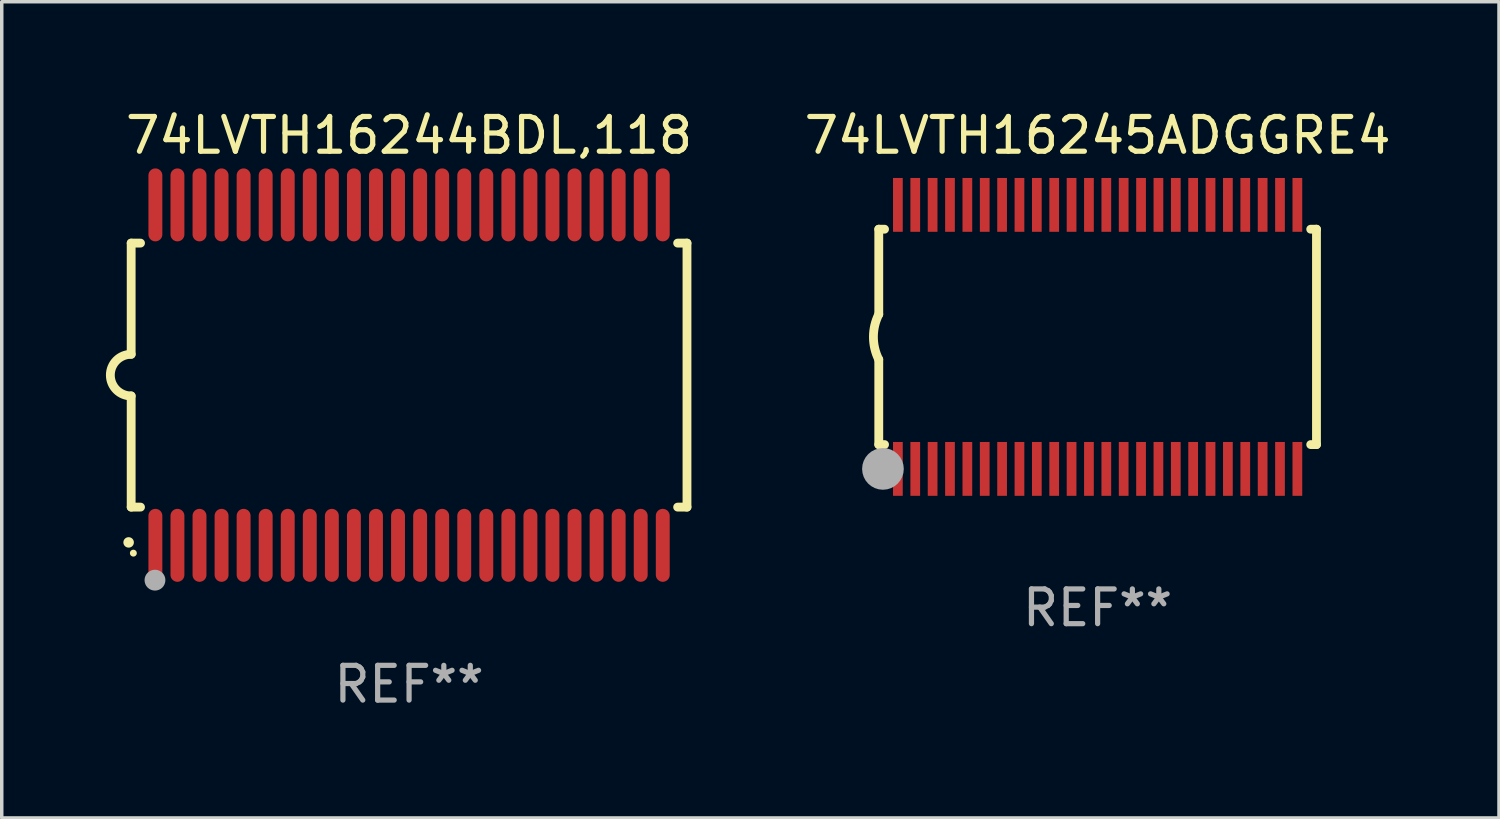
<source format=kicad_pcb>
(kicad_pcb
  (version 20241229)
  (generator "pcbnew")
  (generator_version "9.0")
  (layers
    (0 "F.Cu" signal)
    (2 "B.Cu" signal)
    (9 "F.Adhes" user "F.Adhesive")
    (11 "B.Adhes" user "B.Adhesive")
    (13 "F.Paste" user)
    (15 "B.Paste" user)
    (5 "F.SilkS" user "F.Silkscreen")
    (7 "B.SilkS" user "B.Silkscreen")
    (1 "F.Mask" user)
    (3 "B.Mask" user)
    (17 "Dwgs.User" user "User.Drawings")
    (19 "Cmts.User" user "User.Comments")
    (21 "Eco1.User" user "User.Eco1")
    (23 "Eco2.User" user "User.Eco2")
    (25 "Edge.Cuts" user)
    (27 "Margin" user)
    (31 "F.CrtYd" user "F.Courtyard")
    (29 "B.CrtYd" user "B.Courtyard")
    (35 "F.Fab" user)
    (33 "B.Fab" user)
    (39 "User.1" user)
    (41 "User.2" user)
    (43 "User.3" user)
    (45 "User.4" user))
  (footprint "74LVTH16245ADGGRE4"
    (layer "F.Cu")
    (at 28.547 6.648)
    (property "Reference" "74LVTH16245ADGGRE4" (at 0 -5.8 0) (layer "F.SilkS") (effects (font (size 1 1) (thickness 0.15))))
    (attr through_hole)
    (fp_line (start -6.3 -3.1) (end -6.3 -0.65) (stroke (width 0.254) (type solid)) (layer "F.SilkS"))
    (fp_line (start -6.3 -3.1) (end -6.134 -3.1) (stroke (width 0.254) (type solid)) (layer "F.SilkS"))
    (fp_line (start -6.3 3.1) (end -6.3 0.65) (stroke (width 0.254) (type solid)) (layer "F.SilkS"))
    (fp_line (start -6.3 3.1) (end -6.134 3.1) (stroke (width 0.254) (type solid)) (layer "F.SilkS"))
    (fp_line (start 6.134 -3.1) (end 6.3 -3.1) (stroke (width 0.254) (type solid)) (layer "F.SilkS"))
    (fp_line (start 6.134 3.1) (end 6.3 3.1) (stroke (width 0.254) (type solid)) (layer "F.SilkS"))
    (fp_line (start 6.3 -3.1) (end 6.3 3.1) (stroke (width 0.254) (type solid)) (layer "F.SilkS"))
    (fp_arc (start -6.301016 0.650114) (mid -6.45413 -0.000082) (end -6.3 -0.650038) (stroke (width 0.254001) (type solid)) (layer "F.SilkS"))
    (fp_circle (center -6.35 3.81) (end -6.223 3.81) (stroke (width 0.254) (type solid)) (fill no) (layer "F.SilkS"))
    (fp_circle (center -6.25 4.05) (end -6.22 4.05) (stroke (width 0.06) (type solid)) (fill no) (layer "F.SilkS"))
    (fp_circle (center -6.18 3.8) (end -5.88 3.8) (stroke (width 0.6) (type solid)) (fill no) (layer "F.Fab"))
    (fp_text user "REF**" (at 0 7.8 0) (layer "F.Fab") (effects (font (size 1 1) (thickness 0.15))))
    (pad "1" smd rect (at -5.75 3.8) (size 0.28 1.55) (layers "F.Cu" "F.Mask" "F.Paste"))
    (pad "2" smd rect (at -5.25 3.8) (size 0.28 1.55) (layers "F.Cu" "F.Mask" "F.Paste"))
    (pad "3" smd rect (at -4.75 3.8) (size 0.28 1.55) (layers "F.Cu" "F.Mask" "F.Paste"))
    (pad "4" smd rect (at -4.25 3.8) (size 0.28 1.55) (layers "F.Cu" "F.Mask" "F.Paste"))
    (pad "5" smd rect (at -3.75 3.8) (size 0.28 1.55) (layers "F.Cu" "F.Mask" "F.Paste"))
    (pad "6" smd rect (at -3.25 3.8) (size 0.28 1.55) (layers "F.Cu" "F.Mask" "F.Paste"))
    (pad "7" smd rect (at -2.75 3.8) (size 0.28 1.55) (layers "F.Cu" "F.Mask" "F.Paste"))
    (pad "8" smd rect (at -2.25 3.8) (size 0.28 1.55) (layers "F.Cu" "F.Mask" "F.Paste"))
    (pad "9" smd rect (at -1.75 3.8) (size 0.28 1.55) (layers "F.Cu" "F.Mask" "F.Paste"))
    (pad "10" smd rect (at -1.25 3.8) (size 0.28 1.55) (layers "F.Cu" "F.Mask" "F.Paste"))
    (pad "11" smd rect (at -0.75 3.8) (size 0.28 1.55) (layers "F.Cu" "F.Mask" "F.Paste"))
    (pad "12" smd rect (at -0.25 3.8) (size 0.28 1.55) (layers "F.Cu" "F.Mask" "F.Paste"))
    (pad "13" smd rect (at 0.25 3.8) (size 0.28 1.55) (layers "F.Cu" "F.Mask" "F.Paste"))
    (pad "14" smd rect (at 0.75 3.8) (size 0.28 1.55) (layers "F.Cu" "F.Mask" "F.Paste"))
    (pad "15" smd rect (at 1.25 3.8) (size 0.28 1.55) (layers "F.Cu" "F.Mask" "F.Paste"))
    (pad "16" smd rect (at 1.75 3.8) (size 0.28 1.55) (layers "F.Cu" "F.Mask" "F.Paste"))
    (pad "17" smd rect (at 2.25 3.8) (size 0.28 1.55) (layers "F.Cu" "F.Mask" "F.Paste"))
    (pad "18" smd rect (at 2.75 3.8) (size 0.28 1.55) (layers "F.Cu" "F.Mask" "F.Paste"))
    (pad "19" smd rect (at 3.25 3.8) (size 0.28 1.55) (layers "F.Cu" "F.Mask" "F.Paste"))
    (pad "20" smd rect (at 3.75 3.8) (size 0.28 1.55) (layers "F.Cu" "F.Mask" "F.Paste"))
    (pad "21" smd rect (at 4.25 3.8) (size 0.28 1.55) (layers "F.Cu" "F.Mask" "F.Paste"))
    (pad "22" smd rect (at 4.75 3.8) (size 0.28 1.55) (layers "F.Cu" "F.Mask" "F.Paste"))
    (pad "23" smd rect (at 5.25 3.8) (size 0.28 1.55) (layers "F.Cu" "F.Mask" "F.Paste"))
    (pad "24" smd rect (at 5.75 3.8) (size 0.28 1.55) (layers "F.Cu" "F.Mask" "F.Paste"))
    (pad "25" smd rect (at 5.75 -3.8) (size 0.28 1.55) (layers "F.Cu" "F.Mask" "F.Paste"))
    (pad "26" smd rect (at 5.25 -3.8) (size 0.28 1.55) (layers "F.Cu" "F.Mask" "F.Paste"))
    (pad "27" smd rect (at 4.75 -3.8) (size 0.28 1.55) (layers "F.Cu" "F.Mask" "F.Paste"))
    (pad "28" smd rect (at 4.25 -3.8) (size 0.28 1.55) (layers "F.Cu" "F.Mask" "F.Paste"))
    (pad "29" smd rect (at 3.75 -3.8) (size 0.28 1.55) (layers "F.Cu" "F.Mask" "F.Paste"))
    (pad "30" smd rect (at 3.25 -3.8) (size 0.28 1.55) (layers "F.Cu" "F.Mask" "F.Paste"))
    (pad "31" smd rect (at 2.75 -3.8) (size 0.28 1.55) (layers "F.Cu" "F.Mask" "F.Paste"))
    (pad "32" smd rect (at 2.25 -3.8) (size 0.28 1.55) (layers "F.Cu" "F.Mask" "F.Paste"))
    (pad "33" smd rect (at 1.75 -3.8) (size 0.28 1.55) (layers "F.Cu" "F.Mask" "F.Paste"))
    (pad "34" smd rect (at 1.25 -3.8) (size 0.28 1.55) (layers "F.Cu" "F.Mask" "F.Paste"))
    (pad "35" smd rect (at 0.75 -3.8) (size 0.28 1.55) (layers "F.Cu" "F.Mask" "F.Paste"))
    (pad "36" smd rect (at 0.25 -3.8) (size 0.28 1.55) (layers "F.Cu" "F.Mask" "F.Paste"))
    (pad "37" smd rect (at -0.25 -3.8) (size 0.28 1.55) (layers "F.Cu" "F.Mask" "F.Paste"))
    (pad "38" smd rect (at -0.75 -3.8) (size 0.28 1.55) (layers "F.Cu" "F.Mask" "F.Paste"))
    (pad "39" smd rect (at -1.25 -3.8) (size 0.28 1.55) (layers "F.Cu" "F.Mask" "F.Paste"))
    (pad "40" smd rect (at -1.75 -3.8) (size 0.28 1.55) (layers "F.Cu" "F.Mask" "F.Paste"))
    (pad "41" smd rect (at -2.25 -3.8) (size 0.28 1.55) (layers "F.Cu" "F.Mask" "F.Paste"))
    (pad "42" smd rect (at -2.75 -3.8) (size 0.28 1.55) (layers "F.Cu" "F.Mask" "F.Paste"))
    (pad "43" smd rect (at -3.25 -3.8) (size 0.28 1.55) (layers "F.Cu" "F.Mask" "F.Paste"))
    (pad "44" smd rect (at -3.75 -3.8) (size 0.28 1.55) (layers "F.Cu" "F.Mask" "F.Paste"))
    (pad "45" smd rect (at -4.25 -3.8) (size 0.28 1.55) (layers "F.Cu" "F.Mask" "F.Paste"))
    (pad "46" smd rect (at -4.75 -3.8) (size 0.28 1.55) (layers "F.Cu" "F.Mask" "F.Paste"))
    (pad "47" smd rect (at -5.25 -3.8) (size 0.28 1.55) (layers "F.Cu" "F.Mask" "F.Paste"))
    (pad "48" smd rect (at -5.75 -3.8) (size 0.28 1.55) (layers "F.Cu" "F.Mask" "F.Paste")))
  (footprint "74LVTH16244BDL,118"
    (layer "F.Cu")
    (at 8.726 7.748)
    (property "Reference" "74LVTH16244BDL,118" (at 0 -6.9 0) (layer "F.SilkS") (effects (font (size 1 1) (thickness 0.15))))
    (attr through_hole)
    (fp_line (start -8 -3.8) (end -8 -0.599) (stroke (width 0.254) (type solid)) (layer "F.SilkS"))
    (fp_line (start -8 -3.8) (end -7.731 -3.8) (stroke (width 0.254) (type solid)) (layer "F.SilkS"))
    (fp_line (start -8 3.8) (end -8 0.599) (stroke (width 0.254) (type solid)) (layer "F.SilkS"))
    (fp_line (start -7.731 3.8) (end -8 3.8) (stroke (width 0.254) (type solid)) (layer "F.SilkS"))
    (fp_line (start 7.731 -3.8) (end 8 -3.8) (stroke (width 0.254) (type solid)) (layer "F.SilkS"))
    (fp_line (start 8 -3.8) (end 8 3.8) (stroke (width 0.254) (type solid)) (layer "F.SilkS"))
    (fp_line (start 8 3.8) (end 7.731 3.8) (stroke (width 0.254) (type solid)) (layer "F.SilkS"))
    (fp_arc (start -8.074676 4.81585) (mid -8.073406 4.815845) (end -8.072136 4.81585) (stroke (width 0.3) (type solid)) (layer "F.SilkS"))
    (fp_arc (start -8.000025 0.6) (mid -8.598908 0.00056) (end -8.000027 -0.598882) (stroke (width 0.254001) (type solid)) (layer "F.SilkS"))
    (fp_circle (center -7.937 5.125) (end -7.887 5.125) (stroke (width 0.1) (type solid)) (fill no) (layer "F.SilkS"))
    (fp_circle (center -7.315 5.903) (end -7.165 5.903) (stroke (width 0.3) (type solid)) (fill no) (layer "F.Fab"))
    (fp_text user "REF**" (at 0 8.9 0) (layer "F.Fab") (effects (font (size 1 1) (thickness 0.15))))
    (pad "1" smd oval (at -7.303 4.9) (size 0.4 2.1) (layers "F.Cu" "F.Mask" "F.Paste"))
    (pad "2" smd oval (at -6.668 4.9) (size 0.4 2.1) (layers "F.Cu" "F.Mask" "F.Paste"))
    (pad "3" smd oval (at -6.033 4.9) (size 0.4 2.1) (layers "F.Cu" "F.Mask" "F.Paste"))
    (pad "4" smd oval (at -5.398 4.9) (size 0.4 2.1) (layers "F.Cu" "F.Mask" "F.Paste"))
    (pad "5" smd oval (at -4.763 4.9) (size 0.4 2.1) (layers "F.Cu" "F.Mask" "F.Paste"))
    (pad "6" smd oval (at -4.128 4.9) (size 0.4 2.1) (layers "F.Cu" "F.Mask" "F.Paste"))
    (pad "7" smd oval (at -3.493 4.9) (size 0.4 2.1) (layers "F.Cu" "F.Mask" "F.Paste"))
    (pad "8" smd oval (at -2.858 4.9) (size 0.4 2.1) (layers "F.Cu" "F.Mask" "F.Paste"))
    (pad "9" smd oval (at -2.223 4.9) (size 0.4 2.1) (layers "F.Cu" "F.Mask" "F.Paste"))
    (pad "10" smd oval (at -1.588 4.9) (size 0.4 2.1) (layers "F.Cu" "F.Mask" "F.Paste"))
    (pad "11" smd oval (at -0.953 4.9) (size 0.4 2.1) (layers "F.Cu" "F.Mask" "F.Paste"))
    (pad "12" smd oval (at -0.318 4.9) (size 0.4 2.1) (layers "F.Cu" "F.Mask" "F.Paste"))
    (pad "13" smd oval (at 0.318 4.9) (size 0.4 2.1) (layers "F.Cu" "F.Mask" "F.Paste"))
    (pad "14" smd oval (at 0.953 4.9) (size 0.4 2.1) (layers "F.Cu" "F.Mask" "F.Paste"))
    (pad "15" smd oval (at 1.588 4.9) (size 0.4 2.1) (layers "F.Cu" "F.Mask" "F.Paste"))
    (pad "16" smd oval (at 2.223 4.9) (size 0.4 2.1) (layers "F.Cu" "F.Mask" "F.Paste"))
    (pad "17" smd oval (at 2.858 4.9) (size 0.4 2.1) (layers "F.Cu" "F.Mask" "F.Paste"))
    (pad "18" smd oval (at 3.493 4.9) (size 0.4 2.1) (layers "F.Cu" "F.Mask" "F.Paste"))
    (pad "19" smd oval (at 4.128 4.9) (size 0.4 2.1) (layers "F.Cu" "F.Mask" "F.Paste"))
    (pad "20" smd oval (at 4.763 4.9) (size 0.4 2.1) (layers "F.Cu" "F.Mask" "F.Paste"))
    (pad "21" smd oval (at 5.398 4.9) (size 0.4 2.1) (layers "F.Cu" "F.Mask" "F.Paste"))
    (pad "22" smd oval (at 6.033 4.9) (size 0.4 2.1) (layers "F.Cu" "F.Mask" "F.Paste"))
    (pad "23" smd oval (at 6.668 4.9) (size 0.4 2.1) (layers "F.Cu" "F.Mask" "F.Paste"))
    (pad "24" smd oval (at 7.303 4.9) (size 0.4 2.1) (layers "F.Cu" "F.Mask" "F.Paste"))
    (pad "25" smd oval (at 7.303 -4.9 180) (size 0.4 2.1) (layers "F.Cu" "F.Mask" "F.Paste"))
    (pad "26" smd oval (at 6.668 -4.9 180) (size 0.4 2.1) (layers "F.Cu" "F.Mask" "F.Paste"))
    (pad "27" smd oval (at 6.033 -4.9 180) (size 0.4 2.1) (layers "F.Cu" "F.Mask" "F.Paste"))
    (pad "28" smd oval (at 5.398 -4.9 180) (size 0.4 2.1) (layers "F.Cu" "F.Mask" "F.Paste"))
    (pad "29" smd oval (at 4.763 -4.9 180) (size 0.4 2.1) (layers "F.Cu" "F.Mask" "F.Paste"))
    (pad "30" smd oval (at 4.128 -4.9 180) (size 0.4 2.1) (layers "F.Cu" "F.Mask" "F.Paste"))
    (pad "31" smd oval (at 3.493 -4.9 180) (size 0.4 2.1) (layers "F.Cu" "F.Mask" "F.Paste"))
    (pad "32" smd oval (at 2.858 -4.9 180) (size 0.4 2.1) (layers "F.Cu" "F.Mask" "F.Paste"))
    (pad "33" smd oval (at 2.223 -4.9 180) (size 0.4 2.1) (layers "F.Cu" "F.Mask" "F.Paste"))
    (pad "34" smd oval (at 1.588 -4.9 180) (size 0.4 2.1) (layers "F.Cu" "F.Mask" "F.Paste"))
    (pad "35" smd oval (at 0.953 -4.9 180) (size 0.4 2.1) (layers "F.Cu" "F.Mask" "F.Paste"))
    (pad "36" smd oval (at 0.318 -4.9 180) (size 0.4 2.1) (layers "F.Cu" "F.Mask" "F.Paste"))
    (pad "37" smd oval (at -0.318 -4.9 180) (size 0.4 2.1) (layers "F.Cu" "F.Mask" "F.Paste"))
    (pad "38" smd oval (at -0.953 -4.9 180) (size 0.4 2.1) (layers "F.Cu" "F.Mask" "F.Paste"))
    (pad "39" smd oval (at -1.588 -4.9 180) (size 0.4 2.1) (layers "F.Cu" "F.Mask" "F.Paste"))
    (pad "40" smd oval (at -2.223 -4.9 180) (size 0.4 2.1) (layers "F.Cu" "F.Mask" "F.Paste"))
    (pad "41" smd oval (at -2.858 -4.9 180) (size 0.4 2.1) (layers "F.Cu" "F.Mask" "F.Paste"))
    (pad "42" smd oval (at -3.493 -4.9 180) (size 0.4 2.1) (layers "F.Cu" "F.Mask" "F.Paste"))
    (pad "43" smd oval (at -4.128 -4.9 180) (size 0.4 2.1) (layers "F.Cu" "F.Mask" "F.Paste"))
    (pad "44" smd oval (at -4.763 -4.9 180) (size 0.4 2.1) (layers "F.Cu" "F.Mask" "F.Paste"))
    (pad "45" smd oval (at -5.398 -4.9 180) (size 0.4 2.1) (layers "F.Cu" "F.Mask" "F.Paste"))
    (pad "46" smd oval (at -6.033 -4.9 180) (size 0.4 2.1) (layers "F.Cu" "F.Mask" "F.Paste"))
    (pad "47" smd oval (at -6.668 -4.9 180) (size 0.4 2.1) (layers "F.Cu" "F.Mask" "F.Paste"))
    (pad "48" smd oval (at -7.303 -4.9 180) (size 0.4 2.1) (layers "F.Cu" "F.Mask" "F.Paste")))
  (gr_rect
    (start -3 -3)
    (end 40.101 20.496)
    (stroke (width 0.1) (type default))
    (fill no)
    (layer "Edge.Cuts")))
</source>
